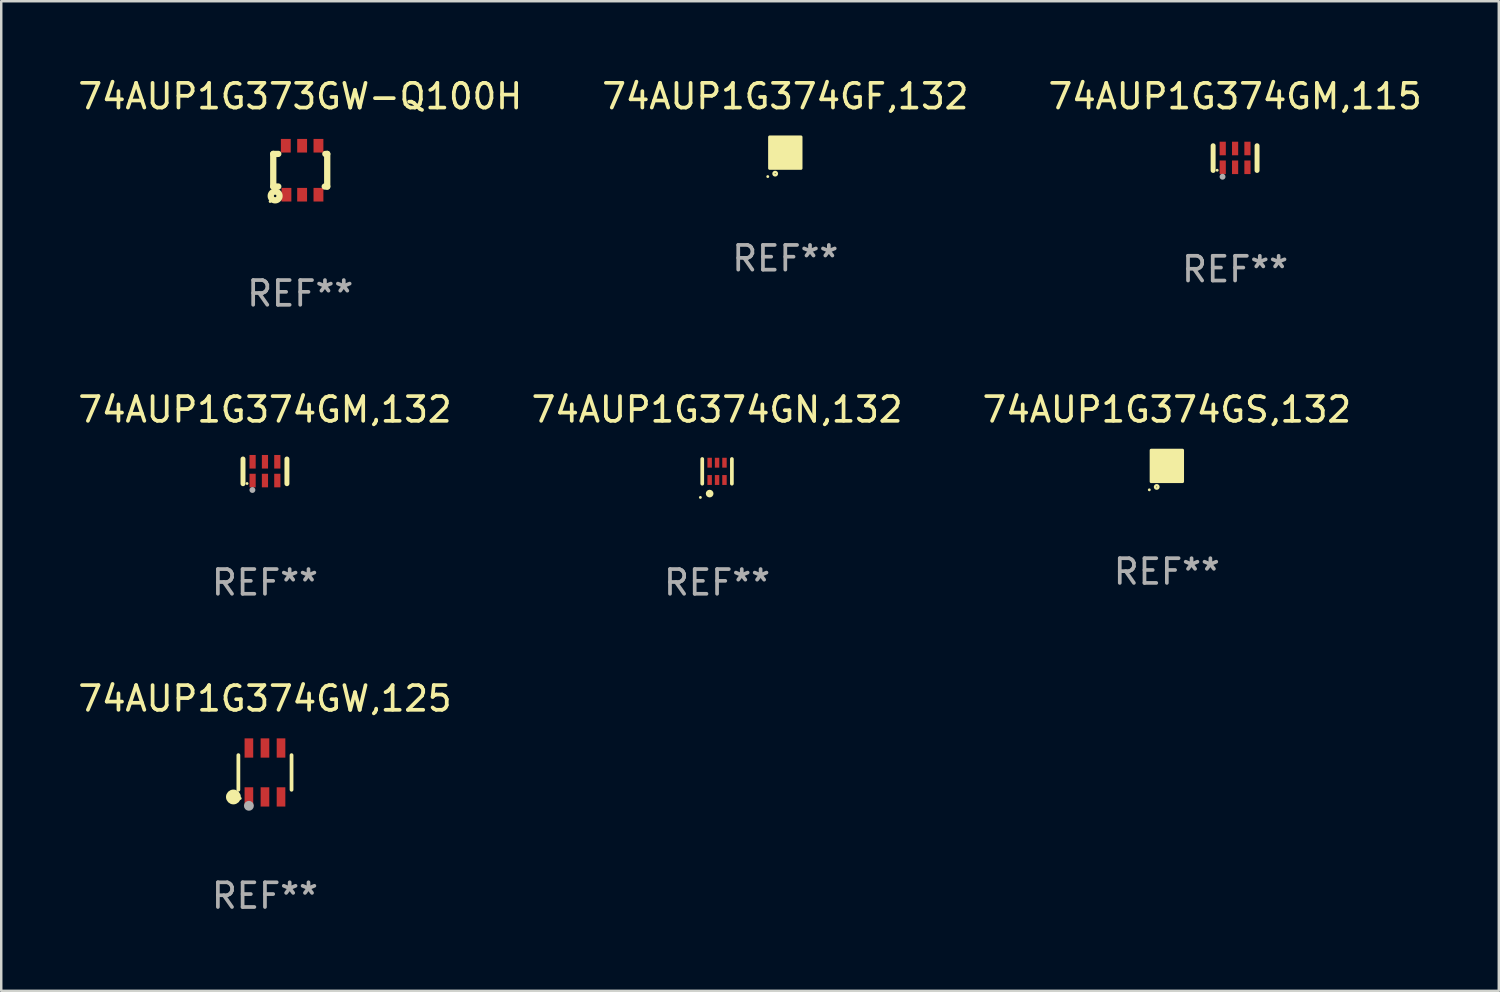
<source format=kicad_pcb>
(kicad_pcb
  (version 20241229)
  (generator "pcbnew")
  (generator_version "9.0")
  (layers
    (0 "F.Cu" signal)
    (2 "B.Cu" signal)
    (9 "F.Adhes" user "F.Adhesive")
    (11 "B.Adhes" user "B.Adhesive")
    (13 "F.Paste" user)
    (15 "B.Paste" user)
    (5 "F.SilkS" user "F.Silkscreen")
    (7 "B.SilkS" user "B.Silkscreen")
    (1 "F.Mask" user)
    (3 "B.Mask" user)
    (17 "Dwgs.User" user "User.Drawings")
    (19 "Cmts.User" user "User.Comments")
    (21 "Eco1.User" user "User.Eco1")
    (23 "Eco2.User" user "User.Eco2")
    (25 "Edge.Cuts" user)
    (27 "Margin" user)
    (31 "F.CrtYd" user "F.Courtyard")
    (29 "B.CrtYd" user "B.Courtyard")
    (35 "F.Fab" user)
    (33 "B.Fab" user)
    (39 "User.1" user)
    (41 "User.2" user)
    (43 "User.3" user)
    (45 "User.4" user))
  (footprint "74AUP1G374GM,115"
    (layer "F.Cu")
    (at 46.935 3.348)
    (property "Reference" "74AUP1G374GM,115" (at 0 -2.5 0) (layer "F.SilkS") (effects (font (size 1 1) (thickness 0.15))))
    (attr through_hole)
    (fp_line (start -0.889 0.5) (end -0.889 -0.5) (stroke (width 0.2) (type solid)) (layer "F.SilkS"))
    (fp_line (start 0.889 0.5) (end 0.889 -0.5) (stroke (width 0.2) (type solid)) (layer "F.SilkS"))
    (fp_circle (center -0.725 0.492) (end -0.695 0.492) (stroke (width 0.06) (type solid)) (fill no) (layer "F.SilkS"))
    (fp_circle (center -0.508 0.754) (end -0.448 0.754) (stroke (width 0.12) (type solid)) (fill no) (layer "F.Fab"))
    (fp_text user "REF**" (at 0 4.5 0) (layer "F.Fab") (effects (font (size 1 1) (thickness 0.15))))
    (pad "1" smd rect (at -0.5 0.372) (size 0.25 0.55) (layers "F.Cu" "F.Mask" "F.Paste"))
    (pad "2" smd rect (at -0.000127 0.372) (size 0.25 0.55) (layers "F.Cu" "F.Mask" "F.Paste"))
    (pad "3" smd rect (at 0.5 0.372) (size 0.25 0.55) (layers "F.Cu" "F.Mask" "F.Paste"))
    (pad "4" smd rect (at 0.5 -0.388 180) (size 0.25 0.55) (layers "F.Cu" "F.Mask" "F.Paste"))
    (pad "5" smd rect (at -0.000127 -0.388 180) (size 0.25 0.55) (layers "F.Cu" "F.Mask" "F.Paste"))
    (pad "6" smd rect (at -0.5 -0.388 180) (size 0.25 0.55) (layers "F.Cu" "F.Mask" "F.Paste")))
  (footprint "74AUP1G374GS,132"
    (layer "F.Cu")
    (at 44.173 15.806)
    (property "Reference" "74AUP1G374GS,132" (at 0 -2.28 0) (layer "F.SilkS") (effects (font (size 1 1) (thickness 0.15))))
    (attr through_hole)
    (fp_circle (center -0.71 0.968) (end -0.68 0.968) (stroke (width 0.06) (type solid)) (fill no) (layer "F.SilkS"))
    (fp_circle (center -0.41 0.85) (end -0.342 0.85) (stroke (width 0.1) (type solid)) (fill no) (layer "F.SilkS"))
    (fp_poly (pts (xy -0.635 -0.635) (xy 0.635 -0.635) (xy 0.635 0.635) (xy -0.635 0.635)) (stroke (width 0.12) (type solid)) (fill yes) (layer "F.SilkS"))
    (fp_text user "REF**" (at 0 4.28 0) (layer "F.Fab") (effects (font (size 1 1) (thickness 0.15))))
    (pad "1" smd rect (at -0.35 0.28 90) (size 0.35 0.2) (layers "F.Cu" "F.Mask" "F.Paste"))
    (pad "2" smd rect (at 0 0.28 90) (size 0.35 0.2) (layers "F.Cu" "F.Mask" "F.Paste"))
    (pad "3" smd rect (at 0.35 0.28 90) (size 0.35 0.2) (layers "F.Cu" "F.Mask" "F.Paste"))
    (pad "4" smd rect (at 0.35 -0.28 90) (size 0.35 0.2) (layers "F.Cu" "F.Mask" "F.Paste"))
    (pad "5" smd rect (at 0 -0.28 90) (size 0.35 0.2) (layers "F.Cu" "F.Mask" "F.Paste"))
    (pad "6" smd rect (at -0.35 -0.28 90) (size 0.35 0.2) (layers "F.Cu" "F.Mask" "F.Paste")))
  (footprint "74AUP1G373GW-Q100H"
    (layer "F.Cu")
    (at 9.101 3.839)
    (property "Reference" "74AUP1G373GW-Q100H" (at 0 -2.991 0) (layer "F.SilkS") (effects (font (size 1 1) (thickness 0.15))))
    (attr through_hole)
    (fp_line (start -1.092 -0.66) (end -0.889 -0.66) (stroke (width 0.254) (type solid)) (layer "F.SilkS"))
    (fp_line (start -1.092 0.66) (end -1.092 -0.66) (stroke (width 0.254) (type solid)) (layer "F.SilkS"))
    (fp_line (start -0.889 0.66) (end -1.092 0.66) (stroke (width 0.254) (type solid)) (layer "F.SilkS"))
    (fp_line (start 0.991 0.66) (end 1.092 0.66) (stroke (width 0.254) (type solid)) (layer "F.SilkS"))
    (fp_line (start 1.092 -0.66) (end 1.016 -0.66) (stroke (width 0.254) (type solid)) (layer "F.SilkS"))
    (fp_line (start 1.092 0.66) (end 1.092 -0.66) (stroke (width 0.254) (type solid)) (layer "F.SilkS"))
    (fp_circle (center -1.219 1.266) (end -1.189 1.266) (stroke (width 0.06) (type solid)) (fill no) (layer "F.SilkS"))
    (fp_circle (center -1.016 1.041) (end -0.965 1.041) (stroke (width 0.254) (type solid)) (fill no) (layer "F.SilkS"))
    (fp_text user "REF**" (at 0 4.991 0) (layer "F.Fab") (effects (font (size 1 1) (thickness 0.15))))
    (pad "1" smd rect (at -0.559 0.991 180) (size 0.399 0.551) (layers "F.Cu" "F.Mask" "F.Paste"))
    (pad "2" smd rect (at 0.076 0.991 180) (size 0.399 0.551) (layers "F.Cu" "F.Mask" "F.Paste"))
    (pad "3" smd rect (at 0.737 0.991 180) (size 0.399 0.551) (layers "F.Cu" "F.Mask" "F.Paste"))
    (pad "4" smd rect (at 0.737 -0.991 180) (size 0.399 0.551) (layers "F.Cu" "F.Mask" "F.Paste"))
    (pad "5" smd rect (at 0.076 -0.991 180) (size 0.399 0.551) (layers "F.Cu" "F.Mask" "F.Paste"))
    (pad "6" smd rect (at -0.584 -0.991 180) (size 0.399 0.551) (layers "F.Cu" "F.Mask" "F.Paste")))
  (footprint "74AUP1G374GW,125"
    (layer "F.Cu")
    (at 7.673 28.212)
    (property "Reference" "74AUP1G374GW,125" (at 0 -2.99 0) (layer "F.SilkS") (effects (font (size 1 1) (thickness 0.15))))
    (attr through_hole)
    (fp_line (start -1.076 0.701) (end -1.076 -0.701) (stroke (width 0.152) (type solid)) (layer "F.SilkS"))
    (fp_line (start 1.076 0.701) (end 1.076 -0.701) (stroke (width 0.152) (type solid)) (layer "F.SilkS"))
    (fp_circle (center -1.277 0.992) (end -1.127 0.992) (stroke (width 0.3) (type solid)) (fill no) (layer "F.SilkS"))
    (fp_circle (center -1 1.05) (end -0.97 1.05) (stroke (width 0.06) (type solid)) (fill no) (layer "F.SilkS"))
    (fp_circle (center -0.65 1.35) (end -0.55 1.35) (stroke (width 0.2) (type solid)) (fill no) (layer "F.Fab"))
    (fp_text user "REF**" (at 0 4.99 0) (layer "F.Fab") (effects (font (size 1 1) (thickness 0.15))))
    (pad "1" smd rect (at -0.65 0.99) (size 0.35 0.78) (layers "F.Cu" "F.Mask" "F.Paste"))
    (pad "2" smd rect (at 0 0.99) (size 0.35 0.78) (layers "F.Cu" "F.Mask" "F.Paste"))
    (pad "3" smd rect (at 0.65 0.99) (size 0.35 0.78) (layers "F.Cu" "F.Mask" "F.Paste"))
    (pad "4" smd rect (at 0.65 -0.99) (size 0.35 0.78) (layers "F.Cu" "F.Mask" "F.Paste"))
    (pad "5" smd rect (at 0 -0.99) (size 0.35 0.78) (layers "F.Cu" "F.Mask" "F.Paste"))
    (pad "6" smd rect (at -0.65 -0.99) (size 0.35 0.78) (layers "F.Cu" "F.Mask" "F.Paste")))
  (footprint "74AUP1G374GM,132"
    (layer "F.Cu")
    (at 7.673 16.026)
    (property "Reference" "74AUP1G374GM,132" (at 0 -2.5 0) (layer "F.SilkS") (effects (font (size 1 1) (thickness 0.15))))
    (attr through_hole)
    (fp_line (start -0.889 0.5) (end -0.889 -0.5) (stroke (width 0.2) (type solid)) (layer "F.SilkS"))
    (fp_line (start 0.889 0.5) (end 0.889 -0.5) (stroke (width 0.2) (type solid)) (layer "F.SilkS"))
    (fp_circle (center -0.725 0.492) (end -0.695 0.492) (stroke (width 0.06) (type solid)) (fill no) (layer "F.SilkS"))
    (fp_circle (center -0.508 0.754) (end -0.448 0.754) (stroke (width 0.12) (type solid)) (fill no) (layer "F.Fab"))
    (fp_text user "REF**" (at 0 4.5 0) (layer "F.Fab") (effects (font (size 1 1) (thickness 0.15))))
    (pad "1" smd rect (at -0.5 0.372) (size 0.25 0.55) (layers "F.Cu" "F.Mask" "F.Paste"))
    (pad "2" smd rect (at -0.000127 0.372) (size 0.25 0.55) (layers "F.Cu" "F.Mask" "F.Paste"))
    (pad "3" smd rect (at 0.5 0.372) (size 0.25 0.55) (layers "F.Cu" "F.Mask" "F.Paste"))
    (pad "4" smd rect (at 0.5 -0.388 180) (size 0.25 0.55) (layers "F.Cu" "F.Mask" "F.Paste"))
    (pad "5" smd rect (at -0.000127 -0.388 180) (size 0.25 0.55) (layers "F.Cu" "F.Mask" "F.Paste"))
    (pad "6" smd rect (at -0.5 -0.388 180) (size 0.25 0.55) (layers "F.Cu" "F.Mask" "F.Paste")))
  (footprint "74AUP1G374GN,132"
    (layer "F.Cu")
    (at 25.97 16.026)
    (property "Reference" "74AUP1G374GN,132" (at 0 -2.5 0) (layer "F.SilkS") (effects (font (size 1 1) (thickness 0.15))))
    (attr through_hole)
    (fp_line (start -0.6 -0.5) (end -0.6 0.5) (stroke (width 0.15) (type solid)) (layer "F.SilkS"))
    (fp_line (start 0.6 0.5) (end 0.6 -0.5) (stroke (width 0.15) (type solid)) (layer "F.SilkS"))
    (fp_circle (center -0.675 1.055) (end -0.645 1.055) (stroke (width 0.06) (type solid)) (fill no) (layer "F.SilkS"))
    (fp_circle (center -0.3 0.9) (end -0.22 0.9) (stroke (width 0.15) (type solid)) (fill no) (layer "F.SilkS"))
    (fp_text user "REF**" (at 0 4.5 0) (layer "F.Fab") (effects (font (size 1 1) (thickness 0.15))))
    (pad "1" smd rect (at -0.3 0.35) (size 0.18 0.4) (layers "F.Cu" "F.Mask" "F.Paste"))
    (pad "2" smd rect (at 0.000025 0.35) (size 0.18 0.4) (layers "F.Cu" "F.Mask" "F.Paste"))
    (pad "3" smd rect (at 0.3 0.35) (size 0.18 0.4) (layers "F.Cu" "F.Mask" "F.Paste"))
    (pad "4" smd rect (at 0.3 -0.35) (size 0.18 0.4) (layers "F.Cu" "F.Mask" "F.Paste"))
    (pad "5" smd rect (at 0.000025 -0.35) (size 0.18 0.4) (layers "F.Cu" "F.Mask" "F.Paste"))
    (pad "6" smd rect (at -0.3 -0.35) (size 0.18 0.4) (layers "F.Cu" "F.Mask" "F.Paste")))
  (footprint "74AUP1G374GF,132"
    (layer "F.Cu")
    (at 28.732 3.128)
    (property "Reference" "74AUP1G374GF,132" (at 0 -2.28 0) (layer "F.SilkS") (effects (font (size 1 1) (thickness 0.15))))
    (attr through_hole)
    (fp_circle (center -0.71 0.968) (end -0.68 0.968) (stroke (width 0.06) (type solid)) (fill no) (layer "F.SilkS"))
    (fp_circle (center -0.41 0.85) (end -0.342 0.85) (stroke (width 0.1) (type solid)) (fill no) (layer "F.SilkS"))
    (fp_poly (pts (xy -0.635 -0.635) (xy 0.635 -0.635) (xy 0.635 0.635) (xy -0.635 0.635)) (stroke (width 0.12) (type solid)) (fill yes) (layer "F.SilkS"))
    (fp_text user "REF**" (at 0 4.28 0) (layer "F.Fab") (effects (font (size 1 1) (thickness 0.15))))
    (pad "1" smd rect (at -0.35 0.28 90) (size 0.35 0.2) (layers "F.Cu" "F.Mask" "F.Paste"))
    (pad "2" smd rect (at 0 0.28 90) (size 0.35 0.2) (layers "F.Cu" "F.Mask" "F.Paste"))
    (pad "3" smd rect (at 0.35 0.28 90) (size 0.35 0.2) (layers "F.Cu" "F.Mask" "F.Paste"))
    (pad "4" smd rect (at 0.35 -0.28 90) (size 0.35 0.2) (layers "F.Cu" "F.Mask" "F.Paste"))
    (pad "5" smd rect (at 0 -0.28 90) (size 0.35 0.2) (layers "F.Cu" "F.Mask" "F.Paste"))
    (pad "6" smd rect (at -0.35 -0.28 90) (size 0.35 0.2) (layers "F.Cu" "F.Mask" "F.Paste")))
  (gr_rect
    (start -3 -3)
    (end 57.607 37.051)
    (stroke (width 0.1) (type default))
    (fill no)
    (layer "Edge.Cuts")))
</source>
